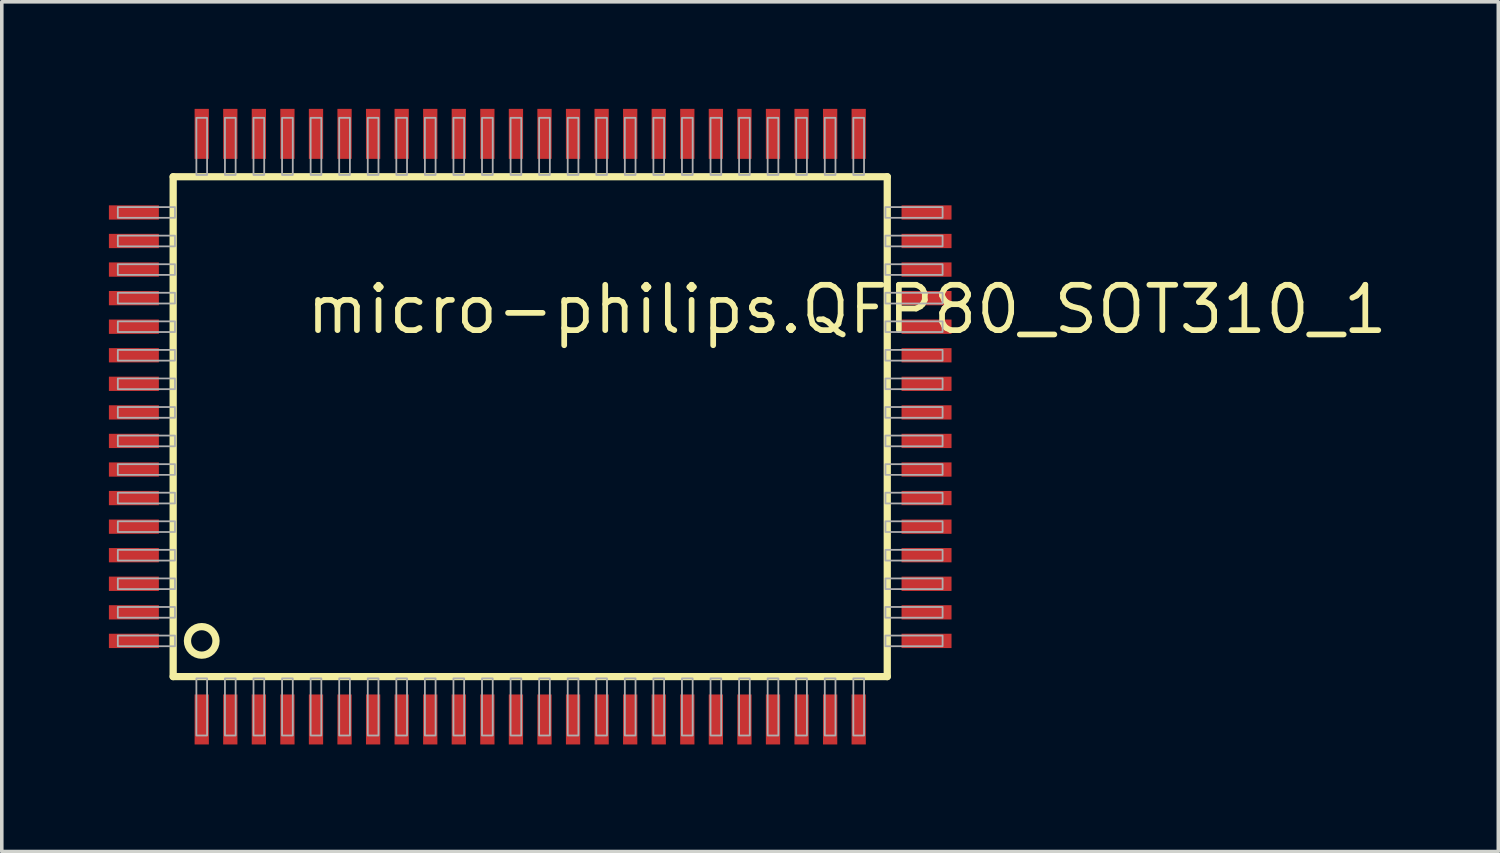
<source format=kicad_pcb>
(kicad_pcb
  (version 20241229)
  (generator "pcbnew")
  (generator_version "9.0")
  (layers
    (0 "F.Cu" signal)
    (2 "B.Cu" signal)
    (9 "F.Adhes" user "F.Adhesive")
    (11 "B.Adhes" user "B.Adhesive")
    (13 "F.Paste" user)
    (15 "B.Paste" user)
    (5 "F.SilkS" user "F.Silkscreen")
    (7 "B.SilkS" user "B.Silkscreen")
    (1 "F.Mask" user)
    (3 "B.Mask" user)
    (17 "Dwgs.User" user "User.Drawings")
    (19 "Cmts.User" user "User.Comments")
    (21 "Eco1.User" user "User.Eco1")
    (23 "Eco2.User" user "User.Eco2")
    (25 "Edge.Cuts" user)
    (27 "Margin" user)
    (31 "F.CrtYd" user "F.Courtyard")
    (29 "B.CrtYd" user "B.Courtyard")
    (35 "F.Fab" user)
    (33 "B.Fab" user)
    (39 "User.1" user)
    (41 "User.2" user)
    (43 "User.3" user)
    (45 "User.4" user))
  (footprint "micro-philips.QFP80_SOT310_1"
    (layer "F.Cu")
    (at 11.8 8.9)
    (property "Reference" "micro-philips.QFP80_SOT310_1" (at -6.35 -2.54 0) (layer "F.SilkS") (effects (font (size 1.27 1.27) (thickness 0.16)) (justify left bottom)))
    (attr smd)
    (fp_line (start -10 -7) (end 10 -7) (stroke (width 0.203) (type default)) (layer "F.SilkS"))
    (fp_line (start -10 7) (end -10 -7) (stroke (width 0.203) (type default)) (layer "F.SilkS"))
    (fp_line (start 10 -7) (end 10 7) (stroke (width 0.203) (type default)) (layer "F.SilkS"))
    (fp_line (start 10 7) (end -10 7) (stroke (width 0.203) (type default)) (layer "F.SilkS"))
    (fp_circle (center -9.2 6) (end -8.8 6) (stroke (width 0.203) (type default)) (fill no) (layer "F.SilkS"))
    (fp_rect (start -11.55 -5.85) (end -9.95 -6.15) (stroke (width 0.05) (type default)) (fill no) (layer "F.Fab"))
    (fp_rect (start -11.55 -5.05) (end -9.95 -5.35) (stroke (width 0.05) (type default)) (fill no) (layer "F.Fab"))
    (fp_rect (start -11.55 -4.25) (end -9.95 -4.55) (stroke (width 0.05) (type default)) (fill no) (layer "F.Fab"))
    (fp_rect (start -11.55 -3.45) (end -9.95 -3.75) (stroke (width 0.05) (type default)) (fill no) (layer "F.Fab"))
    (fp_rect (start -11.55 -2.65) (end -9.95 -2.95) (stroke (width 0.05) (type default)) (fill no) (layer "F.Fab"))
    (fp_rect (start -11.55 -1.85) (end -9.95 -2.15) (stroke (width 0.05) (type default)) (fill no) (layer "F.Fab"))
    (fp_rect (start -11.55 -1.05) (end -9.95 -1.35) (stroke (width 0.05) (type default)) (fill no) (layer "F.Fab"))
    (fp_rect (start -11.55 -0.25) (end -9.95 -0.55) (stroke (width 0.05) (type default)) (fill no) (layer "F.Fab"))
    (fp_rect (start -11.55 0.55) (end -9.95 0.25) (stroke (width 0.05) (type default)) (fill no) (layer "F.Fab"))
    (fp_rect (start -11.55 1.35) (end -9.95 1.05) (stroke (width 0.05) (type default)) (fill no) (layer "F.Fab"))
    (fp_rect (start -11.55 2.15) (end -9.95 1.85) (stroke (width 0.05) (type default)) (fill no) (layer "F.Fab"))
    (fp_rect (start -11.55 2.95) (end -9.95 2.65) (stroke (width 0.05) (type default)) (fill no) (layer "F.Fab"))
    (fp_rect (start -11.55 3.75) (end -9.95 3.45) (stroke (width 0.05) (type default)) (fill no) (layer "F.Fab"))
    (fp_rect (start -11.55 4.55) (end -9.95 4.25) (stroke (width 0.05) (type default)) (fill no) (layer "F.Fab"))
    (fp_rect (start -11.55 5.35) (end -9.95 5.05) (stroke (width 0.05) (type default)) (fill no) (layer "F.Fab"))
    (fp_rect (start -11.55 6.15) (end -9.95 5.85) (stroke (width 0.05) (type default)) (fill no) (layer "F.Fab"))
    (fp_rect (start -9.35 -7.05) (end -9.05 -8.65) (stroke (width 0.05) (type default)) (fill no) (layer "F.Fab"))
    (fp_rect (start -9.35 8.65) (end -9.05 7.05) (stroke (width 0.05) (type default)) (fill no) (layer "F.Fab"))
    (fp_rect (start -8.55 -7.05) (end -8.25 -8.65) (stroke (width 0.05) (type default)) (fill no) (layer "F.Fab"))
    (fp_rect (start -8.55 8.65) (end -8.25 7.05) (stroke (width 0.05) (type default)) (fill no) (layer "F.Fab"))
    (fp_rect (start -7.75 -7.05) (end -7.45 -8.65) (stroke (width 0.05) (type default)) (fill no) (layer "F.Fab"))
    (fp_rect (start -7.75 8.65) (end -7.45 7.05) (stroke (width 0.05) (type default)) (fill no) (layer "F.Fab"))
    (fp_rect (start -6.95 -7.05) (end -6.65 -8.65) (stroke (width 0.05) (type default)) (fill no) (layer "F.Fab"))
    (fp_rect (start -6.95 8.65) (end -6.65 7.05) (stroke (width 0.05) (type default)) (fill no) (layer "F.Fab"))
    (fp_rect (start -6.15 -7.05) (end -5.85 -8.65) (stroke (width 0.05) (type default)) (fill no) (layer "F.Fab"))
    (fp_rect (start -6.15 8.65) (end -5.85 7.05) (stroke (width 0.05) (type default)) (fill no) (layer "F.Fab"))
    (fp_rect (start -5.35 -7.05) (end -5.05 -8.65) (stroke (width 0.05) (type default)) (fill no) (layer "F.Fab"))
    (fp_rect (start -5.35 8.65) (end -5.05 7.05) (stroke (width 0.05) (type default)) (fill no) (layer "F.Fab"))
    (fp_rect (start -4.55 -7.05) (end -4.25 -8.65) (stroke (width 0.05) (type default)) (fill no) (layer "F.Fab"))
    (fp_rect (start -4.55 8.65) (end -4.25 7.05) (stroke (width 0.05) (type default)) (fill no) (layer "F.Fab"))
    (fp_rect (start -3.75 -7.05) (end -3.45 -8.65) (stroke (width 0.05) (type default)) (fill no) (layer "F.Fab"))
    (fp_rect (start -3.75 8.65) (end -3.45 7.05) (stroke (width 0.05) (type default)) (fill no) (layer "F.Fab"))
    (fp_rect (start -2.95 -7.05) (end -2.65 -8.65) (stroke (width 0.05) (type default)) (fill no) (layer "F.Fab"))
    (fp_rect (start -2.95 8.65) (end -2.65 7.05) (stroke (width 0.05) (type default)) (fill no) (layer "F.Fab"))
    (fp_rect (start -2.15 -7.05) (end -1.85 -8.65) (stroke (width 0.05) (type default)) (fill no) (layer "F.Fab"))
    (fp_rect (start -2.15 8.65) (end -1.85 7.05) (stroke (width 0.05) (type default)) (fill no) (layer "F.Fab"))
    (fp_rect (start -1.35 -7.05) (end -1.05 -8.65) (stroke (width 0.05) (type default)) (fill no) (layer "F.Fab"))
    (fp_rect (start -1.35 8.65) (end -1.05 7.05) (stroke (width 0.05) (type default)) (fill no) (layer "F.Fab"))
    (fp_rect (start -0.55 -7.05) (end -0.25 -8.65) (stroke (width 0.05) (type default)) (fill no) (layer "F.Fab"))
    (fp_rect (start -0.55 8.65) (end -0.25 7.05) (stroke (width 0.05) (type default)) (fill no) (layer "F.Fab"))
    (fp_rect (start 0.25 -7.05) (end 0.55 -8.65) (stroke (width 0.05) (type default)) (fill no) (layer "F.Fab"))
    (fp_rect (start 0.25 8.65) (end 0.55 7.05) (stroke (width 0.05) (type default)) (fill no) (layer "F.Fab"))
    (fp_rect (start 1.05 -7.05) (end 1.35 -8.65) (stroke (width 0.05) (type default)) (fill no) (layer "F.Fab"))
    (fp_rect (start 1.05 8.65) (end 1.35 7.05) (stroke (width 0.05) (type default)) (fill no) (layer "F.Fab"))
    (fp_rect (start 1.85 -7.05) (end 2.15 -8.65) (stroke (width 0.05) (type default)) (fill no) (layer "F.Fab"))
    (fp_rect (start 1.85 8.65) (end 2.15 7.05) (stroke (width 0.05) (type default)) (fill no) (layer "F.Fab"))
    (fp_rect (start 2.65 -7.05) (end 2.95 -8.65) (stroke (width 0.05) (type default)) (fill no) (layer "F.Fab"))
    (fp_rect (start 2.65 8.65) (end 2.95 7.05) (stroke (width 0.05) (type default)) (fill no) (layer "F.Fab"))
    (fp_rect (start 3.45 -7.05) (end 3.75 -8.65) (stroke (width 0.05) (type default)) (fill no) (layer "F.Fab"))
    (fp_rect (start 3.45 8.65) (end 3.75 7.05) (stroke (width 0.05) (type default)) (fill no) (layer "F.Fab"))
    (fp_rect (start 4.25 -7.05) (end 4.55 -8.65) (stroke (width 0.05) (type default)) (fill no) (layer "F.Fab"))
    (fp_rect (start 4.25 8.65) (end 4.55 7.05) (stroke (width 0.05) (type default)) (fill no) (layer "F.Fab"))
    (fp_rect (start 5.05 -7.05) (end 5.35 -8.65) (stroke (width 0.05) (type default)) (fill no) (layer "F.Fab"))
    (fp_rect (start 5.05 8.65) (end 5.35 7.05) (stroke (width 0.05) (type default)) (fill no) (layer "F.Fab"))
    (fp_rect (start 5.85 -7.05) (end 6.15 -8.65) (stroke (width 0.05) (type default)) (fill no) (layer "F.Fab"))
    (fp_rect (start 5.85 8.65) (end 6.15 7.05) (stroke (width 0.05) (type default)) (fill no) (layer "F.Fab"))
    (fp_rect (start 6.65 -7.05) (end 6.95 -8.65) (stroke (width 0.05) (type default)) (fill no) (layer "F.Fab"))
    (fp_rect (start 6.65 8.65) (end 6.95 7.05) (stroke (width 0.05) (type default)) (fill no) (layer "F.Fab"))
    (fp_rect (start 7.45 -7.05) (end 7.75 -8.65) (stroke (width 0.05) (type default)) (fill no) (layer "F.Fab"))
    (fp_rect (start 7.45 8.65) (end 7.75 7.05) (stroke (width 0.05) (type default)) (fill no) (layer "F.Fab"))
    (fp_rect (start 8.25 -7.05) (end 8.55 -8.65) (stroke (width 0.05) (type default)) (fill no) (layer "F.Fab"))
    (fp_rect (start 8.25 8.65) (end 8.55 7.05) (stroke (width 0.05) (type default)) (fill no) (layer "F.Fab"))
    (fp_rect (start 9.05 -7.05) (end 9.35 -8.65) (stroke (width 0.05) (type default)) (fill no) (layer "F.Fab"))
    (fp_rect (start 9.05 8.65) (end 9.35 7.05) (stroke (width 0.05) (type default)) (fill no) (layer "F.Fab"))
    (fp_rect (start 9.95 -5.85) (end 11.55 -6.15) (stroke (width 0.05) (type default)) (fill no) (layer "F.Fab"))
    (fp_rect (start 9.95 -5.05) (end 11.55 -5.35) (stroke (width 0.05) (type default)) (fill no) (layer "F.Fab"))
    (fp_rect (start 9.95 -4.25) (end 11.55 -4.55) (stroke (width 0.05) (type default)) (fill no) (layer "F.Fab"))
    (fp_rect (start 9.95 -3.45) (end 11.55 -3.75) (stroke (width 0.05) (type default)) (fill no) (layer "F.Fab"))
    (fp_rect (start 9.95 -2.65) (end 11.55 -2.95) (stroke (width 0.05) (type default)) (fill no) (layer "F.Fab"))
    (fp_rect (start 9.95 -1.85) (end 11.55 -2.15) (stroke (width 0.05) (type default)) (fill no) (layer "F.Fab"))
    (fp_rect (start 9.95 -1.05) (end 11.55 -1.35) (stroke (width 0.05) (type default)) (fill no) (layer "F.Fab"))
    (fp_rect (start 9.95 -0.25) (end 11.55 -0.55) (stroke (width 0.05) (type default)) (fill no) (layer "F.Fab"))
    (fp_rect (start 9.95 0.55) (end 11.55 0.25) (stroke (width 0.05) (type default)) (fill no) (layer "F.Fab"))
    (fp_rect (start 9.95 1.35) (end 11.55 1.05) (stroke (width 0.05) (type default)) (fill no) (layer "F.Fab"))
    (fp_rect (start 9.95 2.15) (end 11.55 1.85) (stroke (width 0.05) (type default)) (fill no) (layer "F.Fab"))
    (fp_rect (start 9.95 2.95) (end 11.55 2.65) (stroke (width 0.05) (type default)) (fill no) (layer "F.Fab"))
    (fp_rect (start 9.95 3.75) (end 11.55 3.45) (stroke (width 0.05) (type default)) (fill no) (layer "F.Fab"))
    (fp_rect (start 9.95 4.55) (end 11.55 4.25) (stroke (width 0.05) (type default)) (fill no) (layer "F.Fab"))
    (fp_rect (start 9.95 5.35) (end 11.55 5.05) (stroke (width 0.05) (type default)) (fill no) (layer "F.Fab"))
    (fp_rect (start 9.95 6.15) (end 11.55 5.85) (stroke (width 0.05) (type default)) (fill no) (layer "F.Fab"))
    (pad "1" smd roundrect (at -9.2 8.2) (size 0.4 1.4) (layers "F.Cu" "F.Mask" "F.Paste") (roundrect_rratio 0.01))
    (pad "2" smd roundrect (at -8.4 8.2) (size 0.4 1.4) (layers "F.Cu" "F.Mask" "F.Paste") (roundrect_rratio 0.01))
    (pad "3" smd roundrect (at -7.6 8.2) (size 0.4 1.4) (layers "F.Cu" "F.Mask" "F.Paste") (roundrect_rratio 0.01))
    (pad "4" smd roundrect (at -6.8 8.2) (size 0.4 1.4) (layers "F.Cu" "F.Mask" "F.Paste") (roundrect_rratio 0.01))
    (pad "5" smd roundrect (at -6 8.2) (size 0.4 1.4) (layers "F.Cu" "F.Mask" "F.Paste") (roundrect_rratio 0.01))
    (pad "6" smd roundrect (at -5.2 8.2) (size 0.4 1.4) (layers "F.Cu" "F.Mask" "F.Paste") (roundrect_rratio 0.01))
    (pad "7" smd roundrect (at -4.4 8.2) (size 0.4 1.4) (layers "F.Cu" "F.Mask" "F.Paste") (roundrect_rratio 0.01))
    (pad "8" smd roundrect (at -3.6 8.2) (size 0.4 1.4) (layers "F.Cu" "F.Mask" "F.Paste") (roundrect_rratio 0.01))
    (pad "9" smd roundrect (at -2.8 8.2) (size 0.4 1.4) (layers "F.Cu" "F.Mask" "F.Paste") (roundrect_rratio 0.01))
    (pad "10" smd roundrect (at -2 8.2) (size 0.4 1.4) (layers "F.Cu" "F.Mask" "F.Paste") (roundrect_rratio 0.01))
    (pad "11" smd roundrect (at -1.2 8.2) (size 0.4 1.4) (layers "F.Cu" "F.Mask" "F.Paste") (roundrect_rratio 0.01))
    (pad "12" smd roundrect (at -0.4 8.2) (size 0.4 1.4) (layers "F.Cu" "F.Mask" "F.Paste") (roundrect_rratio 0.01))
    (pad "13" smd roundrect (at 0.4 8.2) (size 0.4 1.4) (layers "F.Cu" "F.Mask" "F.Paste") (roundrect_rratio 0.01))
    (pad "14" smd roundrect (at 1.2 8.2) (size 0.4 1.4) (layers "F.Cu" "F.Mask" "F.Paste") (roundrect_rratio 0.01))
    (pad "15" smd roundrect (at 2 8.2) (size 0.4 1.4) (layers "F.Cu" "F.Mask" "F.Paste") (roundrect_rratio 0.01))
    (pad "16" smd roundrect (at 2.8 8.2) (size 0.4 1.4) (layers "F.Cu" "F.Mask" "F.Paste") (roundrect_rratio 0.01))
    (pad "17" smd roundrect (at 3.6 8.2) (size 0.4 1.4) (layers "F.Cu" "F.Mask" "F.Paste") (roundrect_rratio 0.01))
    (pad "18" smd roundrect (at 4.4 8.2) (size 0.4 1.4) (layers "F.Cu" "F.Mask" "F.Paste") (roundrect_rratio 0.01))
    (pad "19" smd roundrect (at 5.2 8.2) (size 0.4 1.4) (layers "F.Cu" "F.Mask" "F.Paste") (roundrect_rratio 0.01))
    (pad "20" smd roundrect (at 6 8.2) (size 0.4 1.4) (layers "F.Cu" "F.Mask" "F.Paste") (roundrect_rratio 0.01))
    (pad "21" smd roundrect (at 6.8 8.2) (size 0.4 1.4) (layers "F.Cu" "F.Mask" "F.Paste") (roundrect_rratio 0.01))
    (pad "22" smd roundrect (at 7.6 8.2) (size 0.4 1.4) (layers "F.Cu" "F.Mask" "F.Paste") (roundrect_rratio 0.01))
    (pad "23" smd roundrect (at 8.4 8.2) (size 0.4 1.4) (layers "F.Cu" "F.Mask" "F.Paste") (roundrect_rratio 0.01))
    (pad "24" smd roundrect (at 9.2 8.2) (size 0.4 1.4) (layers "F.Cu" "F.Mask" "F.Paste") (roundrect_rratio 0.01))
    (pad "25" smd roundrect (at 11.1 6) (size 1.4 0.4) (layers "F.Cu" "F.Mask" "F.Paste") (roundrect_rratio 0.01))
    (pad "26" smd roundrect (at 11.1 5.2) (size 1.4 0.4) (layers "F.Cu" "F.Mask" "F.Paste") (roundrect_rratio 0.01))
    (pad "27" smd roundrect (at 11.1 4.4) (size 1.4 0.4) (layers "F.Cu" "F.Mask" "F.Paste") (roundrect_rratio 0.01))
    (pad "28" smd roundrect (at 11.1 3.6) (size 1.4 0.4) (layers "F.Cu" "F.Mask" "F.Paste") (roundrect_rratio 0.01))
    (pad "29" smd roundrect (at 11.1 2.8) (size 1.4 0.4) (layers "F.Cu" "F.Mask" "F.Paste") (roundrect_rratio 0.01))
    (pad "30" smd roundrect (at 11.1 2) (size 1.4 0.4) (layers "F.Cu" "F.Mask" "F.Paste") (roundrect_rratio 0.01))
    (pad "31" smd roundrect (at 11.1 1.2) (size 1.4 0.4) (layers "F.Cu" "F.Mask" "F.Paste") (roundrect_rratio 0.01))
    (pad "32" smd roundrect (at 11.1 0.4) (size 1.4 0.4) (layers "F.Cu" "F.Mask" "F.Paste") (roundrect_rratio 0.01))
    (pad "33" smd roundrect (at 11.1 -0.4) (size 1.4 0.4) (layers "F.Cu" "F.Mask" "F.Paste") (roundrect_rratio 0.01))
    (pad "34" smd roundrect (at 11.1 -1.2) (size 1.4 0.4) (layers "F.Cu" "F.Mask" "F.Paste") (roundrect_rratio 0.01))
    (pad "35" smd roundrect (at 11.1 -2) (size 1.4 0.4) (layers "F.Cu" "F.Mask" "F.Paste") (roundrect_rratio 0.01))
    (pad "36" smd roundrect (at 11.1 -2.8) (size 1.4 0.4) (layers "F.Cu" "F.Mask" "F.Paste") (roundrect_rratio 0.01))
    (pad "37" smd roundrect (at 11.1 -3.6) (size 1.4 0.4) (layers "F.Cu" "F.Mask" "F.Paste") (roundrect_rratio 0.01))
    (pad "38" smd roundrect (at 11.1 -4.4) (size 1.4 0.4) (layers "F.Cu" "F.Mask" "F.Paste") (roundrect_rratio 0.01))
    (pad "39" smd roundrect (at 11.1 -5.2) (size 1.4 0.4) (layers "F.Cu" "F.Mask" "F.Paste") (roundrect_rratio 0.01))
    (pad "40" smd roundrect (at 11.1 -6) (size 1.4 0.4) (layers "F.Cu" "F.Mask" "F.Paste") (roundrect_rratio 0.01))
    (pad "41" smd roundrect (at 9.2 -8.2) (size 0.4 1.4) (layers "F.Cu" "F.Mask" "F.Paste") (roundrect_rratio 0.01))
    (pad "42" smd roundrect (at 8.4 -8.2) (size 0.4 1.4) (layers "F.Cu" "F.Mask" "F.Paste") (roundrect_rratio 0.01))
    (pad "43" smd roundrect (at 7.6 -8.2) (size 0.4 1.4) (layers "F.Cu" "F.Mask" "F.Paste") (roundrect_rratio 0.01))
    (pad "44" smd roundrect (at 6.8 -8.2) (size 0.4 1.4) (layers "F.Cu" "F.Mask" "F.Paste") (roundrect_rratio 0.01))
    (pad "45" smd roundrect (at 6 -8.2) (size 0.4 1.4) (layers "F.Cu" "F.Mask" "F.Paste") (roundrect_rratio 0.01))
    (pad "46" smd roundrect (at 5.2 -8.2) (size 0.4 1.4) (layers "F.Cu" "F.Mask" "F.Paste") (roundrect_rratio 0.01))
    (pad "47" smd roundrect (at 4.4 -8.2) (size 0.4 1.4) (layers "F.Cu" "F.Mask" "F.Paste") (roundrect_rratio 0.01))
    (pad "48" smd roundrect (at 3.6 -8.2) (size 0.4 1.4) (layers "F.Cu" "F.Mask" "F.Paste") (roundrect_rratio 0.01))
    (pad "49" smd roundrect (at 2.8 -8.2) (size 0.4 1.4) (layers "F.Cu" "F.Mask" "F.Paste") (roundrect_rratio 0.01))
    (pad "50" smd roundrect (at 2 -8.2) (size 0.4 1.4) (layers "F.Cu" "F.Mask" "F.Paste") (roundrect_rratio 0.01))
    (pad "51" smd roundrect (at 1.2 -8.2) (size 0.4 1.4) (layers "F.Cu" "F.Mask" "F.Paste") (roundrect_rratio 0.01))
    (pad "52" smd roundrect (at 0.4 -8.2) (size 0.4 1.4) (layers "F.Cu" "F.Mask" "F.Paste") (roundrect_rratio 0.01))
    (pad "53" smd roundrect (at -0.4 -8.2) (size 0.4 1.4) (layers "F.Cu" "F.Mask" "F.Paste") (roundrect_rratio 0.01))
    (pad "54" smd roundrect (at -1.2 -8.2) (size 0.4 1.4) (layers "F.Cu" "F.Mask" "F.Paste") (roundrect_rratio 0.01))
    (pad "55" smd roundrect (at -2 -8.2) (size 0.4 1.4) (layers "F.Cu" "F.Mask" "F.Paste") (roundrect_rratio 0.01))
    (pad "56" smd roundrect (at -2.8 -8.2) (size 0.4 1.4) (layers "F.Cu" "F.Mask" "F.Paste") (roundrect_rratio 0.01))
    (pad "57" smd roundrect (at -3.6 -8.2) (size 0.4 1.4) (layers "F.Cu" "F.Mask" "F.Paste") (roundrect_rratio 0.01))
    (pad "58" smd roundrect (at -4.4 -8.2) (size 0.4 1.4) (layers "F.Cu" "F.Mask" "F.Paste") (roundrect_rratio 0.01))
    (pad "59" smd roundrect (at -5.2 -8.2) (size 0.4 1.4) (layers "F.Cu" "F.Mask" "F.Paste") (roundrect_rratio 0.01))
    (pad "60" smd roundrect (at -6 -8.2) (size 0.4 1.4) (layers "F.Cu" "F.Mask" "F.Paste") (roundrect_rratio 0.01))
    (pad "61" smd roundrect (at -6.8 -8.2) (size 0.4 1.4) (layers "F.Cu" "F.Mask" "F.Paste") (roundrect_rratio 0.01))
    (pad "62" smd roundrect (at -7.6 -8.2) (size 0.4 1.4) (layers "F.Cu" "F.Mask" "F.Paste") (roundrect_rratio 0.01))
    (pad "63" smd roundrect (at -8.4 -8.2) (size 0.4 1.4) (layers "F.Cu" "F.Mask" "F.Paste") (roundrect_rratio 0.01))
    (pad "64" smd roundrect (at -9.2 -8.2) (size 0.4 1.4) (layers "F.Cu" "F.Mask" "F.Paste") (roundrect_rratio 0.01))
    (pad "65" smd roundrect (at -11.1 -6) (size 1.4 0.4) (layers "F.Cu" "F.Mask" "F.Paste") (roundrect_rratio 0.01))
    (pad "66" smd roundrect (at -11.1 -5.2) (size 1.4 0.4) (layers "F.Cu" "F.Mask" "F.Paste") (roundrect_rratio 0.01))
    (pad "67" smd roundrect (at -11.1 -4.4) (size 1.4 0.4) (layers "F.Cu" "F.Mask" "F.Paste") (roundrect_rratio 0.01))
    (pad "68" smd roundrect (at -11.1 -3.6) (size 1.4 0.4) (layers "F.Cu" "F.Mask" "F.Paste") (roundrect_rratio 0.01))
    (pad "69" smd roundrect (at -11.1 -2.8) (size 1.4 0.4) (layers "F.Cu" "F.Mask" "F.Paste") (roundrect_rratio 0.01))
    (pad "70" smd roundrect (at -11.1 -2) (size 1.4 0.4) (layers "F.Cu" "F.Mask" "F.Paste") (roundrect_rratio 0.01))
    (pad "71" smd roundrect (at -11.1 -1.2) (size 1.4 0.4) (layers "F.Cu" "F.Mask" "F.Paste") (roundrect_rratio 0.01))
    (pad "72" smd roundrect (at -11.1 -0.4) (size 1.4 0.4) (layers "F.Cu" "F.Mask" "F.Paste") (roundrect_rratio 0.01))
    (pad "73" smd roundrect (at -11.1 0.4) (size 1.4 0.4) (layers "F.Cu" "F.Mask" "F.Paste") (roundrect_rratio 0.01))
    (pad "74" smd roundrect (at -11.1 1.2) (size 1.4 0.4) (layers "F.Cu" "F.Mask" "F.Paste") (roundrect_rratio 0.01))
    (pad "75" smd roundrect (at -11.1 2) (size 1.4 0.4) (layers "F.Cu" "F.Mask" "F.Paste") (roundrect_rratio 0.01))
    (pad "76" smd roundrect (at -11.1 2.8) (size 1.4 0.4) (layers "F.Cu" "F.Mask" "F.Paste") (roundrect_rratio 0.01))
    (pad "77" smd roundrect (at -11.1 3.6) (size 1.4 0.4) (layers "F.Cu" "F.Mask" "F.Paste") (roundrect_rratio 0.01))
    (pad "78" smd roundrect (at -11.1 4.4) (size 1.4 0.4) (layers "F.Cu" "F.Mask" "F.Paste") (roundrect_rratio 0.01))
    (pad "79" smd roundrect (at -11.1 5.2) (size 1.4 0.4) (layers "F.Cu" "F.Mask" "F.Paste") (roundrect_rratio 0.01))
    (pad "80" smd roundrect (at -11.1 6) (size 1.4 0.4) (layers "F.Cu" "F.Mask" "F.Paste") (roundrect_rratio 0.01)))
  (gr_rect
    (start -3 -3)
    (end 38.914 20.8)
    (stroke (width 0.1) (type default))
    (fill no)
    (layer "Edge.Cuts")))
</source>
